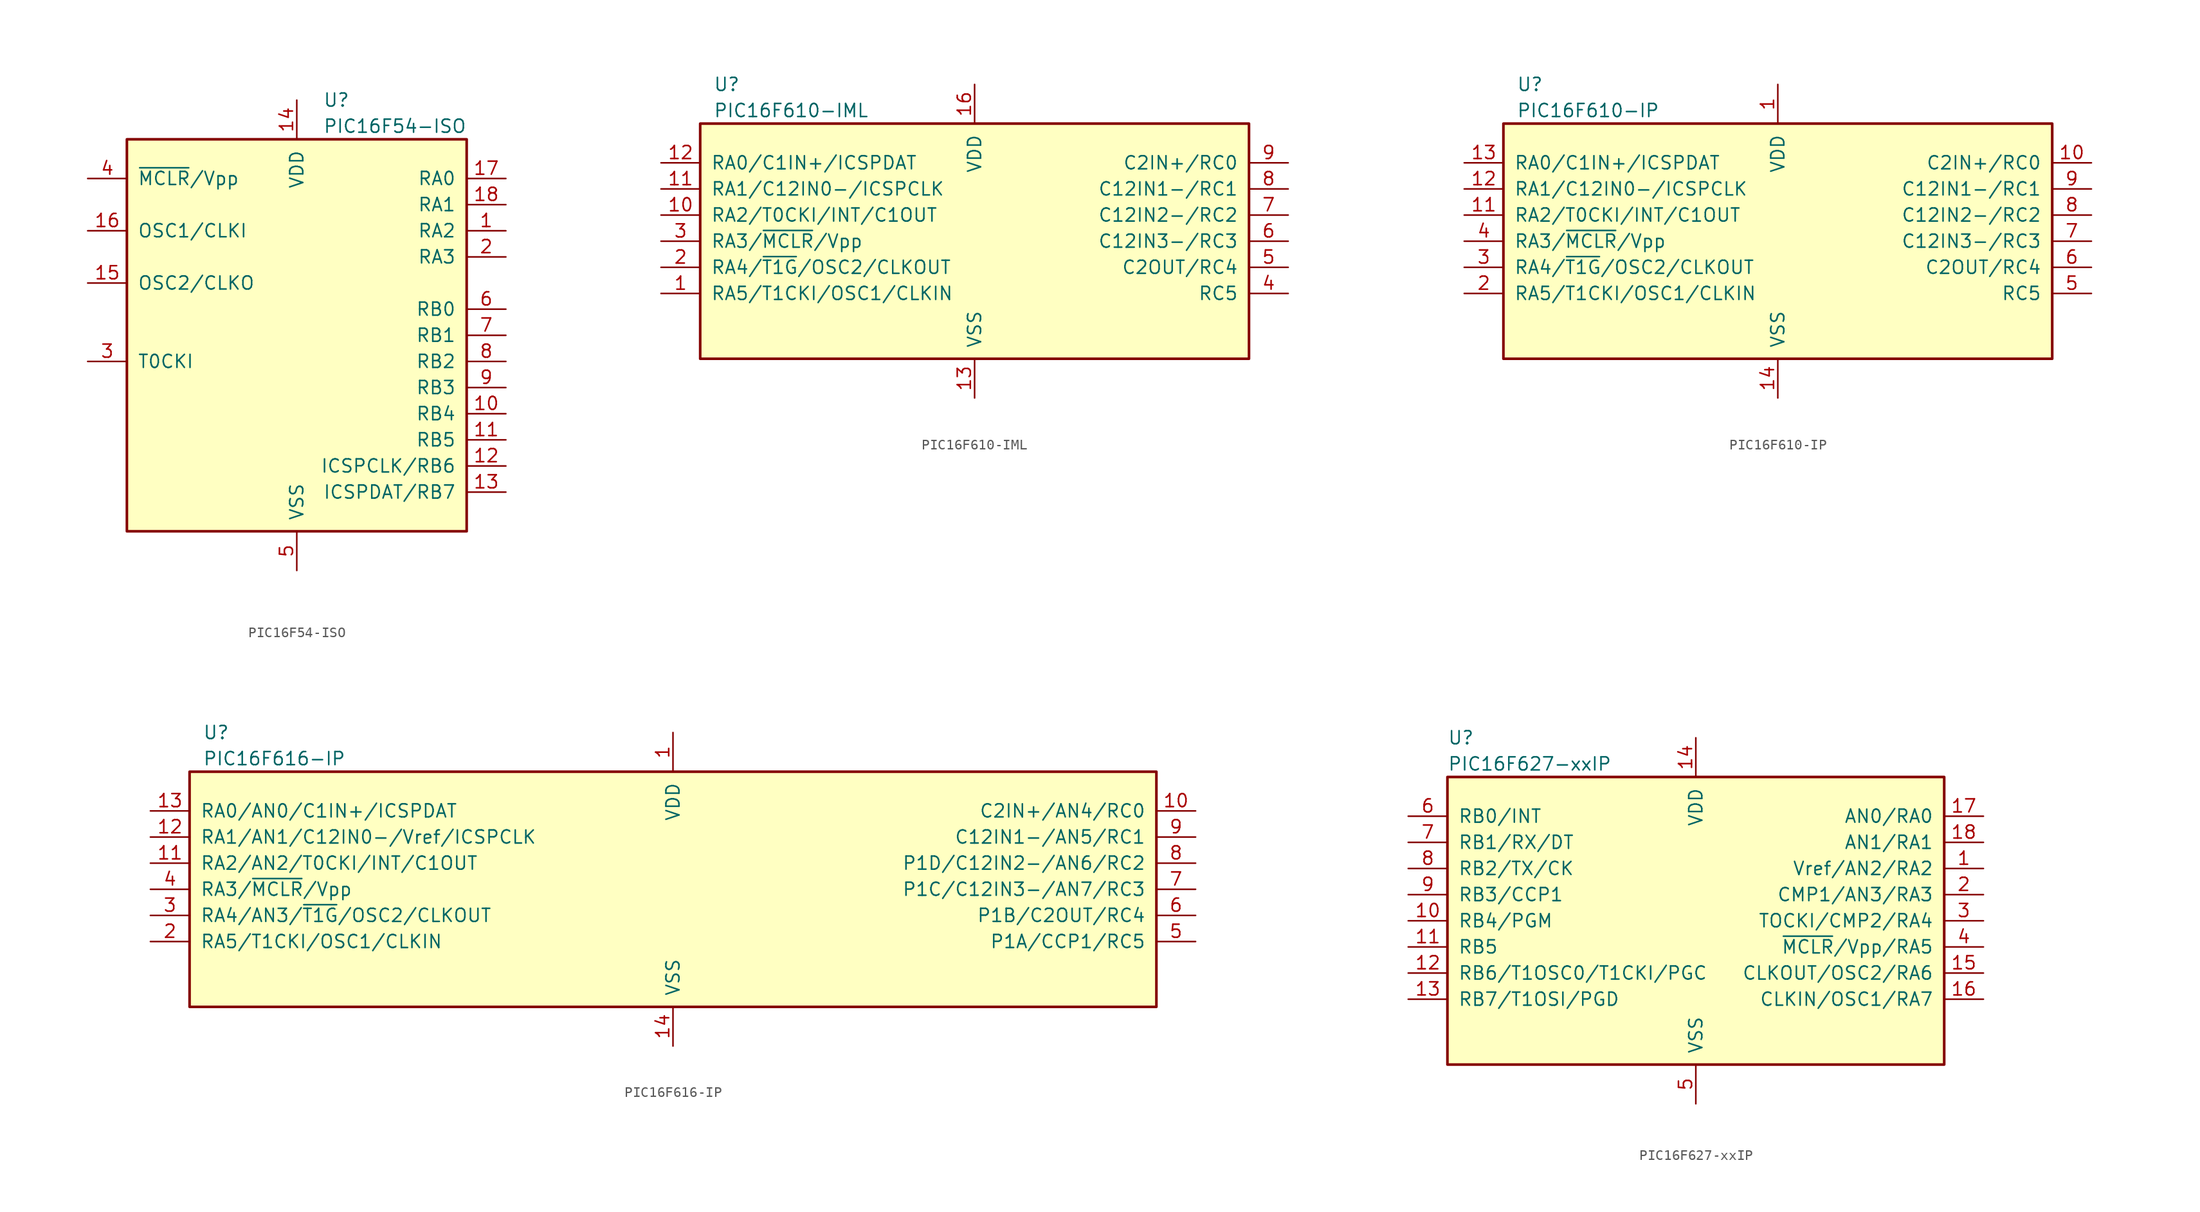
<source format=kicad_sym>
(kicad_symbol_lib
  (version 20220914)
  (generator kicad_symbol_editor)
  (symbol "PIC16F54-ISO"
    (pin_names
      (offset 1.016))
    (property "Reference" "U"
      (at 2.54 22.86 0)
      (effects (font (size 1.27 1.27)) (justify left)))
    (property "Value" "PIC16F54-ISO"
      (at 2.54 20.32 0)
      (effects (font (size 1.27 1.27)) (justify left)))
    (symbol "PIC16F54-ISO_0_1"
      (rectangle (start -16.51 19.05) (end 16.51 -19.05) (stroke (width 0.254) (type default)) (fill (type background))))
    (symbol "PIC16F54-ISO_1_1"
      (pin bidirectional line (at 20.32 10.16 180) (length 3.81) (name "RA2" (effects (font (size 1.27 1.27)))) (number "1" (effects (font (size 1.27 1.27)))))
      (pin bidirectional line (at 20.32 -7.62 180) (length 3.81) (name "RB4" (effects (font (size 1.27 1.27)))) (number "10" (effects (font (size 1.27 1.27)))))
      (pin bidirectional line (at 20.32 -10.16 180) (length 3.81) (name "RB5" (effects (font (size 1.27 1.27)))) (number "11" (effects (font (size 1.27 1.27)))))
      (pin bidirectional line (at 20.32 -12.7 180) (length 3.81) (name "ICSPCLK/RB6" (effects (font (size 1.27 1.27)))) (number "12" (effects (font (size 1.27 1.27)))))
      (pin bidirectional line (at 20.32 -15.24 180) (length 3.81) (name "ICSPDAT/RB7" (effects (font (size 1.27 1.27)))) (number "13" (effects (font (size 1.27 1.27)))))
      (pin power_in line (at 0 22.86 270) (length 3.81) (name "VDD" (effects (font (size 1.27 1.27)))) (number "14" (effects (font (size 1.27 1.27)))))
      (pin output line (at -20.32 5.08 0) (length 3.81) (name "OSC2/CLKO" (effects (font (size 1.27 1.27)))) (number "15" (effects (font (size 1.27 1.27)))))
      (pin input line (at -20.32 10.16 0) (length 3.81) (name "OSC1/CLKI" (effects (font (size 1.27 1.27)))) (number "16" (effects (font (size 1.27 1.27)))))
      (pin bidirectional line (at 20.32 15.24 180) (length 3.81) (name "RA0" (effects (font (size 1.27 1.27)))) (number "17" (effects (font (size 1.27 1.27)))))
      (pin bidirectional line (at 20.32 12.7 180) (length 3.81) (name "RA1" (effects (font (size 1.27 1.27)))) (number "18" (effects (font (size 1.27 1.27)))))
      (pin bidirectional line (at 20.32 7.62 180) (length 3.81) (name "RA3" (effects (font (size 1.27 1.27)))) (number "2" (effects (font (size 1.27 1.27)))))
      (pin input line (at -20.32 -2.54 0) (length 3.81) (name "T0CKI" (effects (font (size 1.27 1.27)))) (number "3" (effects (font (size 1.27 1.27)))))
      (pin input line (at -20.32 15.24 0) (length 3.81) (name "~{MCLR}/Vpp" (effects (font (size 1.27 1.27)))) (number "4" (effects (font (size 1.27 1.27)))))
      (pin power_in line (at 0 -22.86 90) (length 3.81) (name "VSS" (effects (font (size 1.27 1.27)))) (number "5" (effects (font (size 1.27 1.27)))))
      (pin bidirectional line (at 20.32 2.54 180) (length 3.81) (name "RB0" (effects (font (size 1.27 1.27)))) (number "6" (effects (font (size 1.27 1.27)))))
      (pin bidirectional line (at 20.32 0 180) (length 3.81) (name "RB1" (effects (font (size 1.27 1.27)))) (number "7" (effects (font (size 1.27 1.27)))))
      (pin bidirectional line (at 20.32 -2.54 180) (length 3.81) (name "RB2" (effects (font (size 1.27 1.27)))) (number "8" (effects (font (size 1.27 1.27)))))
      (pin bidirectional line (at 20.32 -5.08 180) (length 3.81) (name "RB3" (effects (font (size 1.27 1.27)))) (number "9" (effects (font (size 1.27 1.27)))))))
  (symbol "PIC16F610-IML"
    (pin_names
      (offset 1.016))
    (property "Reference" "U"
      (at -25.4 15.24 0)
      (effects (font (size 1.27 1.27)) (justify left)))
    (property "Value" "PIC16F610-IML"
      (at -25.4 12.7 0)
      (effects (font (size 1.27 1.27)) (justify left)))
    (symbol "PIC16F610-IML_0_1"
      (rectangle (start -26.67 11.43) (end 26.67 -11.43) (stroke (width 0.254) (type default)) (fill (type background))))
    (symbol "PIC16F610-IML_1_1"
      (pin bidirectional line (at -30.48 -5.08 0) (length 3.81) (name "RA5/T1CKI/OSC1/CLKIN" (effects (font (size 1.27 1.27)))) (number "1" (effects (font (size 1.27 1.27)))))
      (pin bidirectional line (at -30.48 2.54 0) (length 3.81) (name "RA2/T0CKI/INT/C1OUT" (effects (font (size 1.27 1.27)))) (number "10" (effects (font (size 1.27 1.27)))))
      (pin bidirectional line (at -30.48 5.08 0) (length 3.81) (name "RA1/C12IN0-/ICSPCLK" (effects (font (size 1.27 1.27)))) (number "11" (effects (font (size 1.27 1.27)))))
      (pin bidirectional line (at -30.48 7.62 0) (length 3.81) (name "RA0/C1IN+/ICSPDAT" (effects (font (size 1.27 1.27)))) (number "12" (effects (font (size 1.27 1.27)))))
      (pin power_in line (at 0 -15.24 90) (length 3.81) (name "VSS" (effects (font (size 1.27 1.27)))) (number "13" (effects (font (size 1.27 1.27)))))
      (pin power_in line (at 0 15.24 270) (length 3.81) (name "VDD" (effects (font (size 1.27 1.27)))) (number "16" (effects (font (size 1.27 1.27)))))
      (pin bidirectional line (at -30.48 -2.54 0) (length 3.81) (name "RA4/~{T1G}/OSC2/CLKOUT" (effects (font (size 1.27 1.27)))) (number "2" (effects (font (size 1.27 1.27)))))
      (pin input line (at -30.48 0 0) (length 3.81) (name "RA3/~{MCLR}/Vpp" (effects (font (size 1.27 1.27)))) (number "3" (effects (font (size 1.27 1.27)))))
      (pin bidirectional line (at 30.48 -5.08 180) (length 3.81) (name "RC5" (effects (font (size 1.27 1.27)))) (number "4" (effects (font (size 1.27 1.27)))))
      (pin bidirectional line (at 30.48 -2.54 180) (length 3.81) (name "C2OUT/RC4" (effects (font (size 1.27 1.27)))) (number "5" (effects (font (size 1.27 1.27)))))
      (pin bidirectional line (at 30.48 0 180) (length 3.81) (name "C12IN3-/RC3" (effects (font (size 1.27 1.27)))) (number "6" (effects (font (size 1.27 1.27)))))
      (pin bidirectional line (at 30.48 2.54 180) (length 3.81) (name "C12IN2-/RC2" (effects (font (size 1.27 1.27)))) (number "7" (effects (font (size 1.27 1.27)))))
      (pin bidirectional line (at 30.48 5.08 180) (length 3.81) (name "C12IN1-/RC1" (effects (font (size 1.27 1.27)))) (number "8" (effects (font (size 1.27 1.27)))))
      (pin bidirectional line (at 30.48 7.62 180) (length 3.81) (name "C2IN+/RC0" (effects (font (size 1.27 1.27)))) (number "9" (effects (font (size 1.27 1.27)))))))
  (symbol "PIC16F610-IP"
    (pin_names
      (offset 1.016))
    (property "Reference" "U"
      (at -25.4 15.24 0)
      (effects (font (size 1.27 1.27)) (justify left)))
    (property "Value" "PIC16F610-IP"
      (at -25.4 12.7 0)
      (effects (font (size 1.27 1.27)) (justify left)))
    (symbol "PIC16F610-IP_0_1"
      (rectangle (start -26.67 11.43) (end 26.67 -11.43) (stroke (width 0.254) (type default)) (fill (type background))))
    (symbol "PIC16F610-IP_1_1"
      (pin power_in line (at 0 15.24 270) (length 3.81) (name "VDD" (effects (font (size 1.27 1.27)))) (number "1" (effects (font (size 1.27 1.27)))))
      (pin bidirectional line (at 30.48 7.62 180) (length 3.81) (name "C2IN+/RC0" (effects (font (size 1.27 1.27)))) (number "10" (effects (font (size 1.27 1.27)))))
      (pin bidirectional line (at -30.48 2.54 0) (length 3.81) (name "RA2/T0CKI/INT/C1OUT" (effects (font (size 1.27 1.27)))) (number "11" (effects (font (size 1.27 1.27)))))
      (pin bidirectional line (at -30.48 5.08 0) (length 3.81) (name "RA1/C12IN0-/ICSPCLK" (effects (font (size 1.27 1.27)))) (number "12" (effects (font (size 1.27 1.27)))))
      (pin bidirectional line (at -30.48 7.62 0) (length 3.81) (name "RA0/C1IN+/ICSPDAT" (effects (font (size 1.27 1.27)))) (number "13" (effects (font (size 1.27 1.27)))))
      (pin power_in line (at 0 -15.24 90) (length 3.81) (name "VSS" (effects (font (size 1.27 1.27)))) (number "14" (effects (font (size 1.27 1.27)))))
      (pin bidirectional line (at -30.48 -5.08 0) (length 3.81) (name "RA5/T1CKI/OSC1/CLKIN" (effects (font (size 1.27 1.27)))) (number "2" (effects (font (size 1.27 1.27)))))
      (pin bidirectional line (at -30.48 -2.54 0) (length 3.81) (name "RA4/~{T1G}/OSC2/CLKOUT" (effects (font (size 1.27 1.27)))) (number "3" (effects (font (size 1.27 1.27)))))
      (pin input line (at -30.48 0 0) (length 3.81) (name "RA3/~{MCLR}/Vpp" (effects (font (size 1.27 1.27)))) (number "4" (effects (font (size 1.27 1.27)))))
      (pin bidirectional line (at 30.48 -5.08 180) (length 3.81) (name "RC5" (effects (font (size 1.27 1.27)))) (number "5" (effects (font (size 1.27 1.27)))))
      (pin bidirectional line (at 30.48 -2.54 180) (length 3.81) (name "C2OUT/RC4" (effects (font (size 1.27 1.27)))) (number "6" (effects (font (size 1.27 1.27)))))
      (pin bidirectional line (at 30.48 0 180) (length 3.81) (name "C12IN3-/RC3" (effects (font (size 1.27 1.27)))) (number "7" (effects (font (size 1.27 1.27)))))
      (pin bidirectional line (at 30.48 2.54 180) (length 3.81) (name "C12IN2-/RC2" (effects (font (size 1.27 1.27)))) (number "8" (effects (font (size 1.27 1.27)))))
      (pin bidirectional line (at 30.48 5.08 180) (length 3.81) (name "C12IN1-/RC1" (effects (font (size 1.27 1.27)))) (number "9" (effects (font (size 1.27 1.27)))))))
  (symbol "PIC16F616-IP"
    (pin_names
      (offset 1.016))
    (property "Reference" "U"
      (at -45.72 15.24 0)
      (effects (font (size 1.27 1.27)) (justify left)))
    (property "Value" "PIC16F616-IP"
      (at -45.72 12.7 0)
      (effects (font (size 1.27 1.27)) (justify left)))
    (symbol "PIC16F616-IP_0_1"
      (rectangle (start -46.99 11.43) (end 46.99 -11.43) (stroke (width 0.254) (type default)) (fill (type background))))
    (symbol "PIC16F616-IP_1_1"
      (pin power_in line (at 0 15.24 270) (length 3.81) (name "VDD" (effects (font (size 1.27 1.27)))) (number "1" (effects (font (size 1.27 1.27)))))
      (pin bidirectional line (at 50.8 7.62 180) (length 3.81) (name "C2IN+/AN4/RC0" (effects (font (size 1.27 1.27)))) (number "10" (effects (font (size 1.27 1.27)))))
      (pin bidirectional line (at -50.8 2.54 0) (length 3.81) (name "RA2/AN2/T0CKI/INT/C1OUT" (effects (font (size 1.27 1.27)))) (number "11" (effects (font (size 1.27 1.27)))))
      (pin bidirectional line (at -50.8 5.08 0) (length 3.81) (name "RA1/AN1/C12IN0-/Vref/ICSPCLK" (effects (font (size 1.27 1.27)))) (number "12" (effects (font (size 1.27 1.27)))))
      (pin bidirectional line (at -50.8 7.62 0) (length 3.81) (name "RA0/AN0/C1IN+/ICSPDAT" (effects (font (size 1.27 1.27)))) (number "13" (effects (font (size 1.27 1.27)))))
      (pin power_in line (at 0 -15.24 90) (length 3.81) (name "VSS" (effects (font (size 1.27 1.27)))) (number "14" (effects (font (size 1.27 1.27)))))
      (pin bidirectional line (at -50.8 -5.08 0) (length 3.81) (name "RA5/T1CKI/OSC1/CLKIN" (effects (font (size 1.27 1.27)))) (number "2" (effects (font (size 1.27 1.27)))))
      (pin bidirectional line (at -50.8 -2.54 0) (length 3.81) (name "RA4/AN3/~{T1G}/OSC2/CLKOUT" (effects (font (size 1.27 1.27)))) (number "3" (effects (font (size 1.27 1.27)))))
      (pin input line (at -50.8 0 0) (length 3.81) (name "RA3/~{MCLR}/Vpp" (effects (font (size 1.27 1.27)))) (number "4" (effects (font (size 1.27 1.27)))))
      (pin bidirectional line (at 50.8 -5.08 180) (length 3.81) (name "P1A/CCP1/RC5" (effects (font (size 1.27 1.27)))) (number "5" (effects (font (size 1.27 1.27)))))
      (pin bidirectional line (at 50.8 -2.54 180) (length 3.81) (name "P1B/C2OUT/RC4" (effects (font (size 1.27 1.27)))) (number "6" (effects (font (size 1.27 1.27)))))
      (pin bidirectional line (at 50.8 0 180) (length 3.81) (name "P1C/C12IN3-/AN7/RC3" (effects (font (size 1.27 1.27)))) (number "7" (effects (font (size 1.27 1.27)))))
      (pin bidirectional line (at 50.8 2.54 180) (length 3.81) (name "P1D/C12IN2-/AN6/RC2" (effects (font (size 1.27 1.27)))) (number "8" (effects (font (size 1.27 1.27)))))
      (pin bidirectional line (at 50.8 5.08 180) (length 3.81) (name "C12IN1-/AN5/RC1" (effects (font (size 1.27 1.27)))) (number "9" (effects (font (size 1.27 1.27)))))))
  (symbol "PIC16F627-xxIP"
    (pin_names
      (offset 1.016))
    (property "Reference" "U"
      (at -24.13 17.78 0)
      (effects (font (size 1.27 1.27)) (justify left)))
    (property "Value" "PIC16F627-xxIP"
      (at -24.13 15.24 0)
      (effects (font (size 1.27 1.27)) (justify left)))
    (symbol "PIC16F627-xxIP_0_1"
      (rectangle (start 24.13 13.97) (end -24.13 -13.97) (stroke (width 0.254) (type default)) (fill (type background))))
    (symbol "PIC16F627-xxIP_1_1"
      (pin bidirectional line (at 27.94 5.08 180) (length 3.81) (name "Vref/AN2/RA2" (effects (font (size 1.27 1.27)))) (number "1" (effects (font (size 1.27 1.27)))))
      (pin bidirectional line (at -27.94 0 0) (length 3.81) (name "RB4/PGM" (effects (font (size 1.27 1.27)))) (number "10" (effects (font (size 1.27 1.27)))))
      (pin bidirectional line (at -27.94 -2.54 0) (length 3.81) (name "RB5" (effects (font (size 1.27 1.27)))) (number "11" (effects (font (size 1.27 1.27)))))
      (pin bidirectional line (at -27.94 -5.08 0) (length 3.81) (name "RB6/T1OSC0/T1CKI/PGC" (effects (font (size 1.27 1.27)))) (number "12" (effects (font (size 1.27 1.27)))))
      (pin bidirectional line (at -27.94 -7.62 0) (length 3.81) (name "RB7/T1OSI/PGD" (effects (font (size 1.27 1.27)))) (number "13" (effects (font (size 1.27 1.27)))))
      (pin power_in line (at 0 17.78 270) (length 3.81) (name "VDD" (effects (font (size 1.27 1.27)))) (number "14" (effects (font (size 1.27 1.27)))))
      (pin bidirectional line (at 27.94 -5.08 180) (length 3.81) (name "CLKOUT/OSC2/RA6" (effects (font (size 1.27 1.27)))) (number "15" (effects (font (size 1.27 1.27)))))
      (pin bidirectional line (at 27.94 -7.62 180) (length 3.81) (name "CLKIN/OSC1/RA7" (effects (font (size 1.27 1.27)))) (number "16" (effects (font (size 1.27 1.27)))))
      (pin bidirectional line (at 27.94 10.16 180) (length 3.81) (name "AN0/RA0" (effects (font (size 1.27 1.27)))) (number "17" (effects (font (size 1.27 1.27)))))
      (pin bidirectional line (at 27.94 7.62 180) (length 3.81) (name "AN1/RA1" (effects (font (size 1.27 1.27)))) (number "18" (effects (font (size 1.27 1.27)))))
      (pin bidirectional line (at 27.94 2.54 180) (length 3.81) (name "CMP1/AN3/RA3" (effects (font (size 1.27 1.27)))) (number "2" (effects (font (size 1.27 1.27)))))
      (pin bidirectional line (at 27.94 0 180) (length 3.81) (name "TOCKI/CMP2/RA4" (effects (font (size 1.27 1.27)))) (number "3" (effects (font (size 1.27 1.27)))))
      (pin input line (at 27.94 -2.54 180) (length 3.81) (name "~{MCLR}/Vpp/RA5" (effects (font (size 1.27 1.27)))) (number "4" (effects (font (size 1.27 1.27)))))
      (pin power_in line (at 0 -17.78 90) (length 3.81) (name "VSS" (effects (font (size 1.27 1.27)))) (number "5" (effects (font (size 1.27 1.27)))))
      (pin bidirectional line (at -27.94 10.16 0) (length 3.81) (name "RB0/INT" (effects (font (size 1.27 1.27)))) (number "6" (effects (font (size 1.27 1.27)))))
      (pin bidirectional line (at -27.94 7.62 0) (length 3.81) (name "RB1/RX/DT" (effects (font (size 1.27 1.27)))) (number "7" (effects (font (size 1.27 1.27)))))
      (pin bidirectional line (at -27.94 5.08 0) (length 3.81) (name "RB2/TX/CK" (effects (font (size 1.27 1.27)))) (number "8" (effects (font (size 1.27 1.27)))))
      (pin bidirectional line (at -27.94 2.54 0) (length 3.81) (name "RB3/CCP1" (effects (font (size 1.27 1.27)))) (number "9" (effects (font (size 1.27 1.27))))))))
</source>
